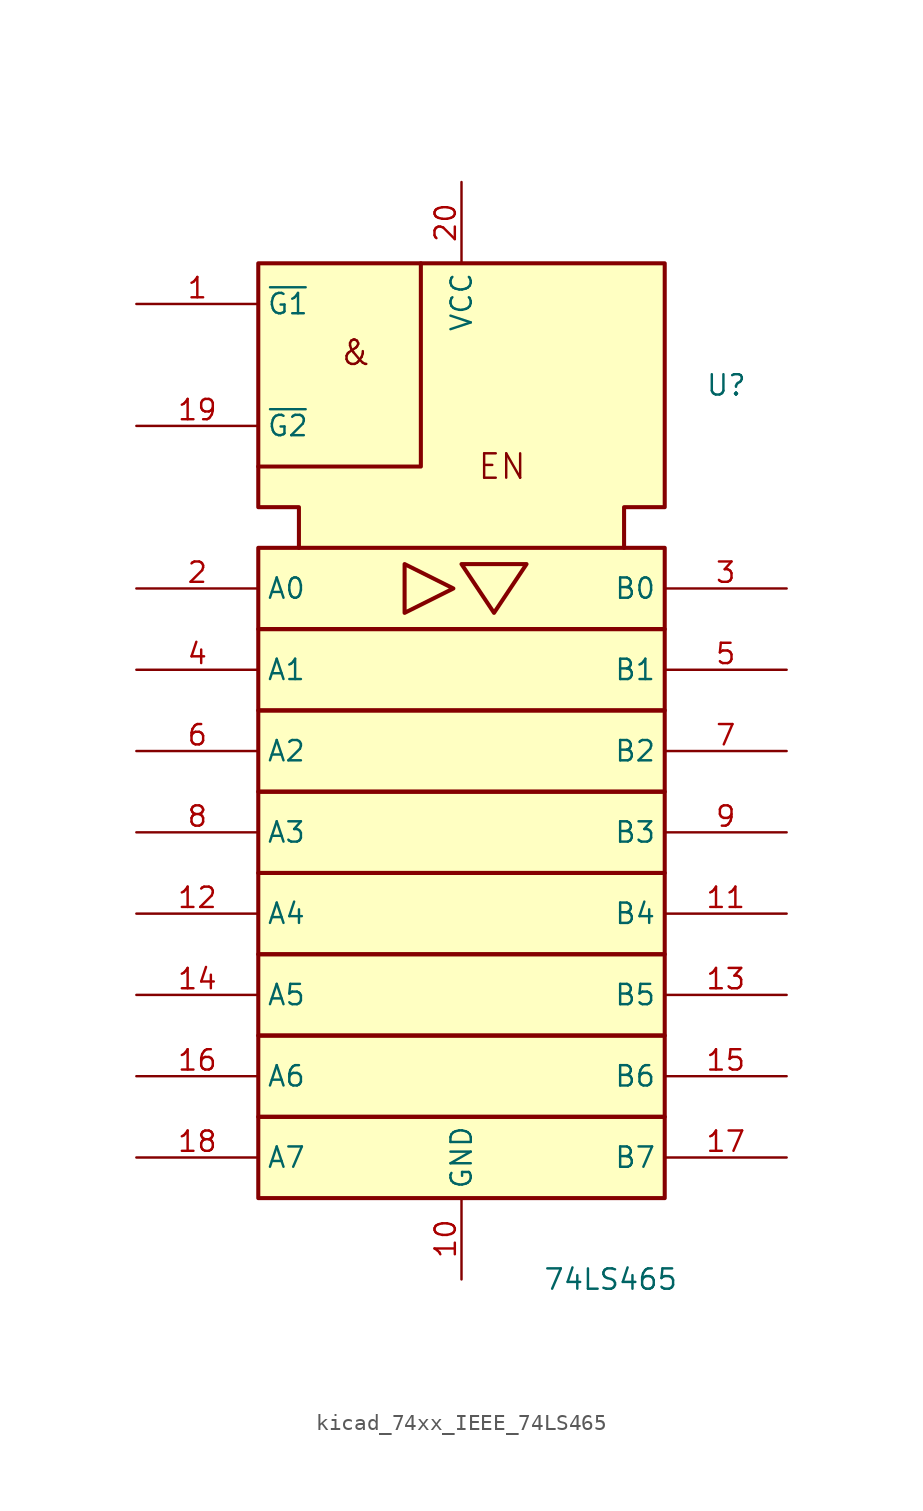
<source format=kicad_sym>
(kicad_symbol_lib
  (version 20220914)
  (generator kicad_symbol_editor)
  (symbol "kicad_74xx_IEEE_74LS465"
    (property "Reference" "U"
      (at 15.24 25.4 0)
      (effects (font (size 1.27 1.27)) (justify left)))
    (property "Value" "74LS465"
      (at 5.08 -30.48 0)
      (effects (font (size 1.27 1.27)) (justify left)))
    (symbol "kicad_74xx_IEEE_74LS465_0_0"
      (polyline (pts (xy -2.54 33.02) (xy -2.54 20.32) (xy -12.7 20.32) (xy -12.7 20.32)) (stroke (width 0.254) (type default)) (fill (type background)))
      (polyline (pts (xy -3.556 14.224) (xy -3.556 11.176) (xy -0.508 12.7) (xy -3.556 14.224) (xy -3.556 14.224)) (stroke (width 0.254) (type default)) (fill (type background)))
      (polyline (pts (xy 0 14.224) (xy 4.064 14.224) (xy 2.032 11.176) (xy 0 14.224) (xy 0 14.224)) (stroke (width 0.254) (type default)) (fill (type background)))
      (text "&" (at -6.604 27.432 0) (effects (font (size 1.524 1.524))))
      (text "EN" (at 2.54 20.32 0) (effects (font (size 1.524 1.524))))
      (pin power_in line (at 0 -30.48 90) (length 5.08) (name "GND" (effects (font (size 1.27 1.27)))) (number "10" (effects (font (size 1.27 1.27)))))
      (pin power_in line (at 0 38.1 270) (length 5.08) (name "VCC" (effects (font (size 1.27 1.27)))) (number "20" (effects (font (size 1.27 1.27))))))
    (symbol "kicad_74xx_IEEE_74LS465_0_1"
      (rectangle (start -12.7 -20.32) (end 12.7 -25.4) (stroke (width 0.254) (type default)) (fill (type background)))
      (rectangle (start -12.7 -15.24) (end 12.7 -20.32) (stroke (width 0.254) (type default)) (fill (type background)))
      (rectangle (start -12.7 -10.16) (end 12.7 -15.24) (stroke (width 0.254) (type default)) (fill (type background)))
      (rectangle (start -12.7 -5.08) (end 12.7 -10.16) (stroke (width 0.254) (type default)) (fill (type background)))
      (rectangle (start -12.7 0) (end 12.7 -5.08) (stroke (width 0.254) (type default)) (fill (type background)))
      (rectangle (start -12.7 5.08) (end 12.7 0) (stroke (width 0.254) (type default)) (fill (type background)))
      (rectangle (start -12.7 10.16) (end 12.7 5.08) (stroke (width 0.254) (type default)) (fill (type background)))
      (rectangle (start -12.7 15.24) (end 12.7 10.16) (stroke (width 0.254) (type default)) (fill (type background)))
      (polyline (pts (xy -10.16 15.24) (xy -10.16 17.78) (xy -12.7 17.78) (xy -12.7 33.02) (xy 12.7 33.02) (xy 12.7 17.78) (xy 10.16 17.78) (xy 10.16 15.24) (xy 10.16 15.24)) (stroke (width 0.254) (type default)) (fill (type background))))
    (symbol "kicad_74xx_IEEE_74LS465_1_1"
      (pin input line (at -20.32 30.48 0) (length 7.62) (name "~{G1}" (effects (font (size 1.27 1.27)))) (number "1" (effects (font (size 1.27 1.27)))))
      (pin tri_state line (at 20.32 -7.62 180) (length 7.62) (name "B4" (effects (font (size 1.27 1.27)))) (number "11" (effects (font (size 1.27 1.27)))))
      (pin tri_state line (at -20.32 -7.62 0) (length 7.62) (name "A4" (effects (font (size 1.27 1.27)))) (number "12" (effects (font (size 1.27 1.27)))))
      (pin tri_state line (at 20.32 -12.7 180) (length 7.62) (name "B5" (effects (font (size 1.27 1.27)))) (number "13" (effects (font (size 1.27 1.27)))))
      (pin tri_state line (at -20.32 -12.7 0) (length 7.62) (name "A5" (effects (font (size 1.27 1.27)))) (number "14" (effects (font (size 1.27 1.27)))))
      (pin tri_state line (at 20.32 -17.78 180) (length 7.62) (name "B6" (effects (font (size 1.27 1.27)))) (number "15" (effects (font (size 1.27 1.27)))))
      (pin tri_state line (at -20.32 -17.78 0) (length 7.62) (name "A6" (effects (font (size 1.27 1.27)))) (number "16" (effects (font (size 1.27 1.27)))))
      (pin tri_state line (at 20.32 -22.86 180) (length 7.62) (name "B7" (effects (font (size 1.27 1.27)))) (number "17" (effects (font (size 1.27 1.27)))))
      (pin tri_state line (at -20.32 -22.86 0) (length 7.62) (name "A7" (effects (font (size 1.27 1.27)))) (number "18" (effects (font (size 1.27 1.27)))))
      (pin input line (at -20.32 22.86 0) (length 7.62) (name "~{G2}" (effects (font (size 1.27 1.27)))) (number "19" (effects (font (size 1.27 1.27)))))
      (pin tri_state line (at -20.32 12.7 0) (length 7.62) (name "A0" (effects (font (size 1.27 1.27)))) (number "2" (effects (font (size 1.27 1.27)))))
      (pin tri_state line (at 20.32 12.7 180) (length 7.62) (name "B0" (effects (font (size 1.27 1.27)))) (number "3" (effects (font (size 1.27 1.27)))))
      (pin tri_state line (at -20.32 7.62 0) (length 7.62) (name "A1" (effects (font (size 1.27 1.27)))) (number "4" (effects (font (size 1.27 1.27)))))
      (pin tri_state line (at 20.32 7.62 180) (length 7.62) (name "B1" (effects (font (size 1.27 1.27)))) (number "5" (effects (font (size 1.27 1.27)))))
      (pin tri_state line (at -20.32 2.54 0) (length 7.62) (name "A2" (effects (font (size 1.27 1.27)))) (number "6" (effects (font (size 1.27 1.27)))))
      (pin tri_state line (at 20.32 2.54 180) (length 7.62) (name "B2" (effects (font (size 1.27 1.27)))) (number "7" (effects (font (size 1.27 1.27)))))
      (pin tri_state line (at -20.32 -2.54 0) (length 7.62) (name "A3" (effects (font (size 1.27 1.27)))) (number "8" (effects (font (size 1.27 1.27)))))
      (pin tri_state line (at 20.32 -2.54 180) (length 7.62) (name "B3" (effects (font (size 1.27 1.27)))) (number "9" (effects (font (size 1.27 1.27))))))))
</source>
